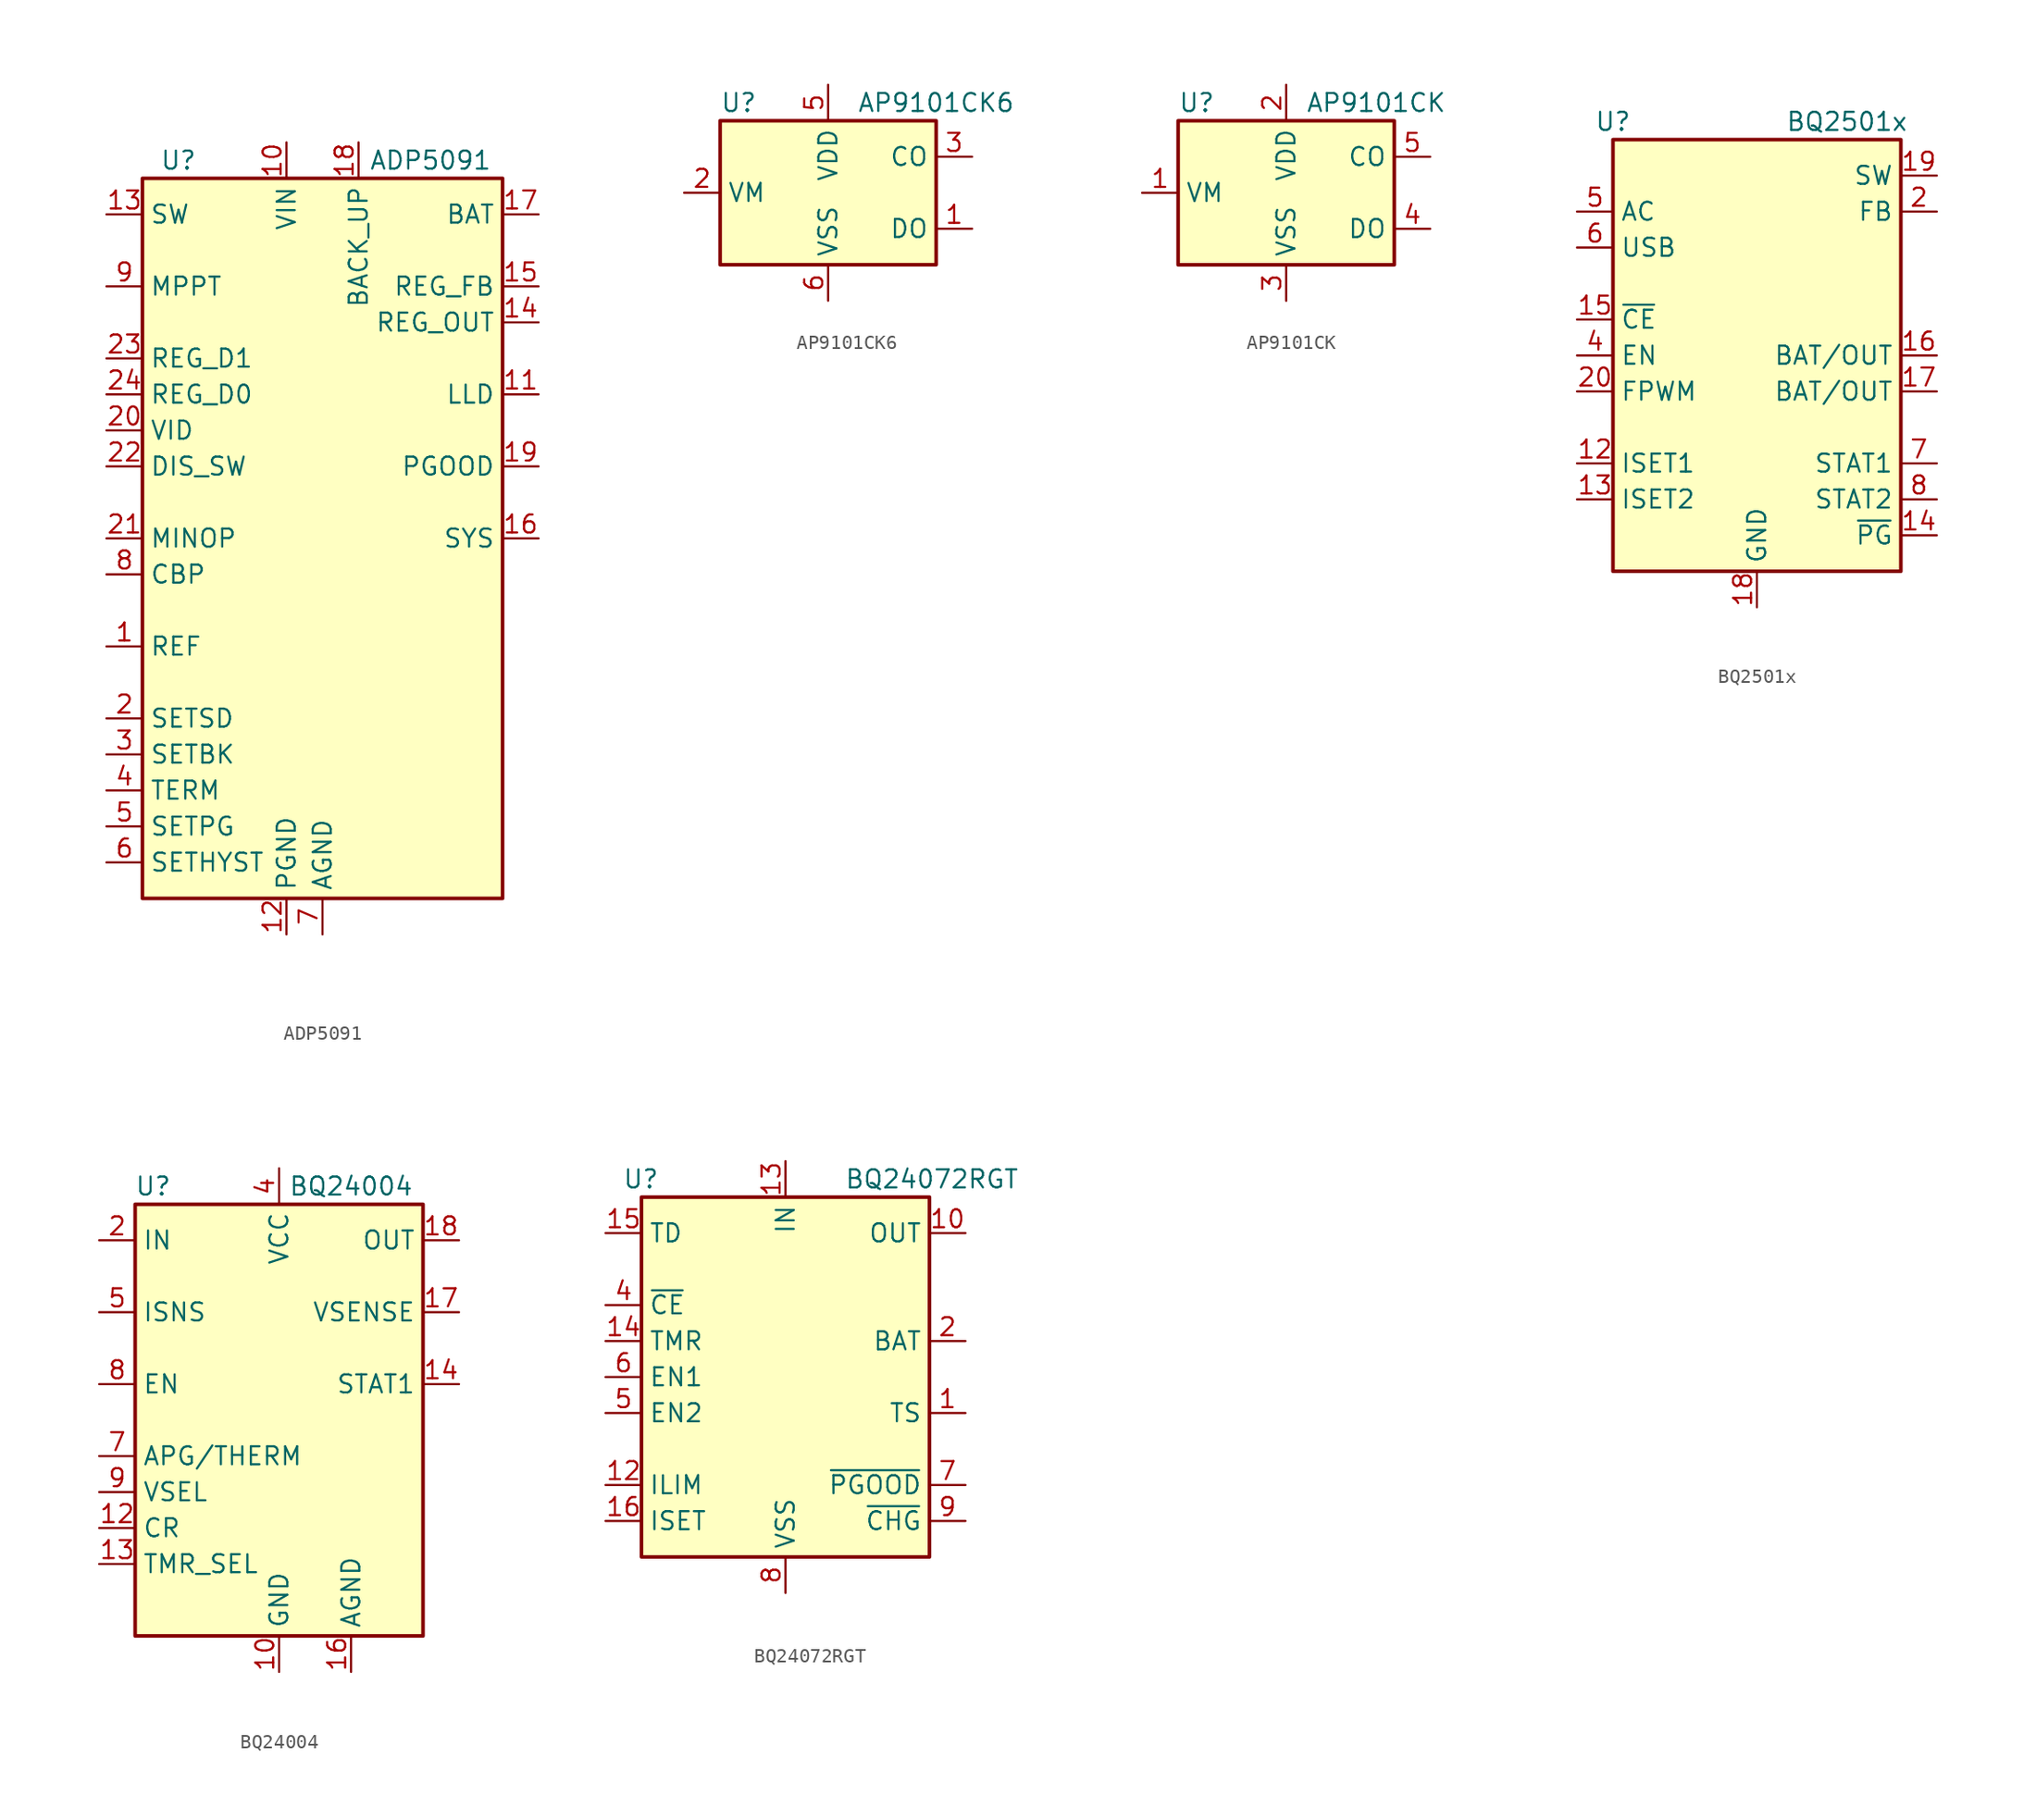
<source format=kicad_sym>
(kicad_symbol_lib
  (version 20220914)
  (generator kicad_symbol_editor)
  (symbol "ADP5091"
    (property "Reference" "U"
      (at -10.16 26.67 0)
      (effects (font (size 1.27 1.27))))
    (property "Value" "ADP5091"
      (at 7.62 26.67 0)
      (effects (font (size 1.27 1.27))))
    (symbol "ADP5091_0_1"
      (rectangle (start 12.7 25.4) (end -12.7 -25.4) (stroke (width 0.254) (type default)) (fill (type background))))
    (symbol "ADP5091_1_1"
      (pin passive line (at -15.24 -7.62 0) (length 2.54) (name "REF" (effects (font (size 1.27 1.27)))) (number "1" (effects (font (size 1.27 1.27)))))
      (pin power_in line (at -2.54 27.94 270) (length 2.54) (name "VIN" (effects (font (size 1.27 1.27)))) (number "10" (effects (font (size 1.27 1.27)))))
      (pin output line (at 15.24 10.16 180) (length 2.54) (name "LLD" (effects (font (size 1.27 1.27)))) (number "11" (effects (font (size 1.27 1.27)))))
      (pin power_in line (at -2.54 -27.94 90) (length 2.54) (name "PGND" (effects (font (size 1.27 1.27)))) (number "12" (effects (font (size 1.27 1.27)))))
      (pin power_in line (at -15.24 22.86 0) (length 2.54) (name "SW" (effects (font (size 1.27 1.27)))) (number "13" (effects (font (size 1.27 1.27)))))
      (pin power_out line (at 15.24 15.24 180) (length 2.54) (name "REG_OUT" (effects (font (size 1.27 1.27)))) (number "14" (effects (font (size 1.27 1.27)))))
      (pin power_out line (at 15.24 17.78 180) (length 2.54) (name "REG_FB" (effects (font (size 1.27 1.27)))) (number "15" (effects (font (size 1.27 1.27)))))
      (pin power_out line (at 15.24 0 180) (length 2.54) (name "SYS" (effects (font (size 1.27 1.27)))) (number "16" (effects (font (size 1.27 1.27)))))
      (pin power_out line (at 15.24 22.86 180) (length 2.54) (name "BAT" (effects (font (size 1.27 1.27)))) (number "17" (effects (font (size 1.27 1.27)))))
      (pin power_in line (at 2.54 27.94 270) (length 2.54) (name "BACK_UP" (effects (font (size 1.27 1.27)))) (number "18" (effects (font (size 1.27 1.27)))))
      (pin output line (at 15.24 5.08 180) (length 2.54) (name "PGOOD" (effects (font (size 1.27 1.27)))) (number "19" (effects (font (size 1.27 1.27)))))
      (pin passive line (at -15.24 -12.7 0) (length 2.54) (name "SETSD" (effects (font (size 1.27 1.27)))) (number "2" (effects (font (size 1.27 1.27)))))
      (pin input line (at -15.24 7.62 0) (length 2.54) (name "VID" (effects (font (size 1.27 1.27)))) (number "20" (effects (font (size 1.27 1.27)))))
      (pin passive line (at -15.24 0 0) (length 2.54) (name "MINOP" (effects (font (size 1.27 1.27)))) (number "21" (effects (font (size 1.27 1.27)))))
      (pin input line (at -15.24 5.08 0) (length 2.54) (name "DIS_SW" (effects (font (size 1.27 1.27)))) (number "22" (effects (font (size 1.27 1.27)))))
      (pin input line (at -15.24 12.7 0) (length 2.54) (name "REG_D1" (effects (font (size 1.27 1.27)))) (number "23" (effects (font (size 1.27 1.27)))))
      (pin input line (at -15.24 10.16 0) (length 2.54) (name "REG_D0" (effects (font (size 1.27 1.27)))) (number "24" (effects (font (size 1.27 1.27)))))
      (pin passive line (at 0 -27.94 90) (length 2.54) hide (name "AGND" (effects (font (size 1.27 1.27)))) (number "25" (effects (font (size 1.27 1.27)))))
      (pin passive line (at -15.24 -15.24 0) (length 2.54) (name "SETBK" (effects (font (size 1.27 1.27)))) (number "3" (effects (font (size 1.27 1.27)))))
      (pin passive line (at -15.24 -17.78 0) (length 2.54) (name "TERM" (effects (font (size 1.27 1.27)))) (number "4" (effects (font (size 1.27 1.27)))))
      (pin passive line (at -15.24 -20.32 0) (length 2.54) (name "SETPG" (effects (font (size 1.27 1.27)))) (number "5" (effects (font (size 1.27 1.27)))))
      (pin passive line (at -15.24 -22.86 0) (length 2.54) (name "SETHYST" (effects (font (size 1.27 1.27)))) (number "6" (effects (font (size 1.27 1.27)))))
      (pin power_in line (at 0 -27.94 90) (length 2.54) (name "AGND" (effects (font (size 1.27 1.27)))) (number "7" (effects (font (size 1.27 1.27)))))
      (pin passive line (at -15.24 -2.54 0) (length 2.54) (name "CBP" (effects (font (size 1.27 1.27)))) (number "8" (effects (font (size 1.27 1.27)))))
      (pin input line (at -15.24 17.78 0) (length 2.54) (name "MPPT" (effects (font (size 1.27 1.27)))) (number "9" (effects (font (size 1.27 1.27)))))))
  (symbol "AP9101CK6"
    (property "Reference" "U"
      (at -7.62 6.35 0)
      (effects (font (size 1.27 1.27)) (justify left)))
    (property "Value" "AP9101CK6"
      (at 7.62 6.35 0)
      (effects (font (size 1.27 1.27))))
    (symbol "AP9101CK6_0_1"
      (rectangle (start -7.62 5.08) (end 7.62 -5.08) (stroke (width 0.254) (type default)) (fill (type background))))
    (symbol "AP9101CK6_1_1"
      (pin output line (at 10.16 -2.54 180) (length 2.54) (name "DO" (effects (font (size 1.27 1.27)))) (number "1" (effects (font (size 1.27 1.27)))))
      (pin passive line (at -10.16 0 0) (length 2.54) (name "VM" (effects (font (size 1.27 1.27)))) (number "2" (effects (font (size 1.27 1.27)))))
      (pin output line (at 10.16 2.54 180) (length 2.54) (name "CO" (effects (font (size 1.27 1.27)))) (number "3" (effects (font (size 1.27 1.27)))))
      (pin no_connect line (at -7.62 -2.54 0) (length 2.54) hide (name "NC" (effects (font (size 1.27 1.27)))) (number "4" (effects (font (size 1.27 1.27)))))
      (pin power_in line (at 0 7.62 270) (length 2.54) (name "VDD" (effects (font (size 1.27 1.27)))) (number "5" (effects (font (size 1.27 1.27)))))
      (pin power_in line (at 0 -7.62 90) (length 2.54) (name "VSS" (effects (font (size 1.27 1.27)))) (number "6" (effects (font (size 1.27 1.27)))))))
  (symbol "AP9101CK"
    (property "Reference" "U"
      (at -7.62 6.35 0)
      (effects (font (size 1.27 1.27)) (justify left)))
    (property "Value" "AP9101CK"
      (at 6.35 6.35 0)
      (effects (font (size 1.27 1.27))))
    (symbol "AP9101CK_0_1"
      (rectangle (start -7.62 5.08) (end 7.62 -5.08) (stroke (width 0.254) (type default)) (fill (type background))))
    (symbol "AP9101CK_1_1"
      (pin passive line (at -10.16 0 0) (length 2.54) (name "VM" (effects (font (size 1.27 1.27)))) (number "1" (effects (font (size 1.27 1.27)))))
      (pin power_in line (at 0 7.62 270) (length 2.54) (name "VDD" (effects (font (size 1.27 1.27)))) (number "2" (effects (font (size 1.27 1.27)))))
      (pin power_in line (at 0 -7.62 90) (length 2.54) (name "VSS" (effects (font (size 1.27 1.27)))) (number "3" (effects (font (size 1.27 1.27)))))
      (pin output line (at 10.16 -2.54 180) (length 2.54) (name "DO" (effects (font (size 1.27 1.27)))) (number "4" (effects (font (size 1.27 1.27)))))
      (pin output line (at 10.16 2.54 180) (length 2.54) (name "CO" (effects (font (size 1.27 1.27)))) (number "5" (effects (font (size 1.27 1.27)))))))
  (symbol "BQ2501x"
    (property "Reference" "U"
      (at -10.16 16.51 0)
      (effects (font (size 1.27 1.27))))
    (property "Value" "BQ2501x"
      (at 6.35 16.51 0)
      (effects (font (size 1.27 1.27))))
    (symbol "BQ2501x_1_1"
      (rectangle (start -10.16 15.24) (end 10.16 -15.24) (stroke (width 0.254) (type default)) (fill (type background)))
      (pin no_connect line (at 10.16 7.62 180) (length 2.54) hide (name "NC" (effects (font (size 1.27 1.27)))) (number "1" (effects (font (size 1.27 1.27)))))
      (pin no_connect line (at 10.16 5.08 180) (length 2.54) hide (name "NC" (effects (font (size 1.27 1.27)))) (number "10" (effects (font (size 1.27 1.27)))))
      (pin no_connect line (at 10.16 2.54 180) (length 2.54) hide (name "NC" (effects (font (size 1.27 1.27)))) (number "11" (effects (font (size 1.27 1.27)))))
      (pin input line (at -12.7 -7.62 0) (length 2.54) (name "ISET1" (effects (font (size 1.27 1.27)))) (number "12" (effects (font (size 1.27 1.27)))))
      (pin input line (at -12.7 -10.16 0) (length 2.54) (name "ISET2" (effects (font (size 1.27 1.27)))) (number "13" (effects (font (size 1.27 1.27)))))
      (pin output line (at 12.7 -12.7 180) (length 2.54) (name "~{PG}" (effects (font (size 1.27 1.27)))) (number "14" (effects (font (size 1.27 1.27)))))
      (pin input line (at -12.7 2.54 0) (length 2.54) (name "~{CE}" (effects (font (size 1.27 1.27)))) (number "15" (effects (font (size 1.27 1.27)))))
      (pin power_out line (at 12.7 0 180) (length 2.54) (name "BAT/OUT" (effects (font (size 1.27 1.27)))) (number "16" (effects (font (size 1.27 1.27)))))
      (pin power_in line (at 12.7 -2.54 180) (length 2.54) (name "BAT/OUT" (effects (font (size 1.27 1.27)))) (number "17" (effects (font (size 1.27 1.27)))))
      (pin power_in line (at 0 -17.78 90) (length 2.54) (name "GND" (effects (font (size 1.27 1.27)))) (number "18" (effects (font (size 1.27 1.27)))))
      (pin power_out line (at 12.7 12.7 180) (length 2.54) (name "SW" (effects (font (size 1.27 1.27)))) (number "19" (effects (font (size 1.27 1.27)))))
      (pin input line (at 12.7 10.16 180) (length 2.54) (name "FB" (effects (font (size 1.27 1.27)))) (number "2" (effects (font (size 1.27 1.27)))))
      (pin input line (at -12.7 -2.54 0) (length 2.54) (name "FPWM" (effects (font (size 1.27 1.27)))) (number "20" (effects (font (size 1.27 1.27)))))
      (pin passive line (at 0 -17.78 90) (length 2.54) hide (name "GND" (effects (font (size 1.27 1.27)))) (number "21" (effects (font (size 1.27 1.27)))))
      (pin passive line (at 0 -17.78 90) (length 2.54) hide (name "GND" (effects (font (size 1.27 1.27)))) (number "3" (effects (font (size 1.27 1.27)))))
      (pin input line (at -12.7 0 0) (length 2.54) (name "EN" (effects (font (size 1.27 1.27)))) (number "4" (effects (font (size 1.27 1.27)))))
      (pin power_in line (at -12.7 10.16 0) (length 2.54) (name "AC" (effects (font (size 1.27 1.27)))) (number "5" (effects (font (size 1.27 1.27)))))
      (pin power_in line (at -12.7 7.62 0) (length 2.54) (name "USB" (effects (font (size 1.27 1.27)))) (number "6" (effects (font (size 1.27 1.27)))))
      (pin open_collector line (at 12.7 -7.62 180) (length 2.54) (name "STAT1" (effects (font (size 1.27 1.27)))) (number "7" (effects (font (size 1.27 1.27)))))
      (pin open_collector line (at 12.7 -10.16 180) (length 2.54) (name "STAT2" (effects (font (size 1.27 1.27)))) (number "8" (effects (font (size 1.27 1.27)))))
      (pin passive line (at 0 -17.78 90) (length 2.54) hide (name "GND" (effects (font (size 1.27 1.27)))) (number "9" (effects (font (size 1.27 1.27)))))))
  (symbol "BQ24004"
    (property "Reference" "U"
      (at -8.89 16.51 0)
      (effects (font (size 1.27 1.27))))
    (property "Value" "BQ24004"
      (at 5.08 16.51 0)
      (effects (font (size 1.27 1.27))))
    (symbol "BQ24004_0_1"
      (rectangle (start -10.16 15.24) (end 10.16 -15.24) (stroke (width 0.254) (type default)) (fill (type background))))
    (symbol "BQ24004_1_1"
      (pin no_connect line (at 10.16 -2.54 180) (length 2.54) hide (name "N/C" (effects (font (size 1.27 1.27)))) (number "1" (effects (font (size 1.27 1.27)))))
      (pin power_in line (at 0 -17.78 90) (length 2.54) (name "GND" (effects (font (size 1.27 1.27)))) (number "10" (effects (font (size 1.27 1.27)))))
      (pin no_connect line (at 10.16 -7.62 180) (length 2.54) hide (name "N/C" (effects (font (size 1.27 1.27)))) (number "11" (effects (font (size 1.27 1.27)))))
      (pin input line (at -12.7 -7.62 0) (length 2.54) (name "CR" (effects (font (size 1.27 1.27)))) (number "12" (effects (font (size 1.27 1.27)))))
      (pin input line (at -12.7 -10.16 0) (length 2.54) (name "TMR_SEL" (effects (font (size 1.27 1.27)))) (number "13" (effects (font (size 1.27 1.27)))))
      (pin output line (at 12.7 2.54 180) (length 2.54) (name "STAT1" (effects (font (size 1.27 1.27)))) (number "14" (effects (font (size 1.27 1.27)))))
      (pin no_connect line (at 10.16 0 180) (length 2.54) hide (name "N/C" (effects (font (size 1.27 1.27)))) (number "15" (effects (font (size 1.27 1.27)))))
      (pin power_in line (at 5.08 -17.78 90) (length 2.54) (name "AGND" (effects (font (size 1.27 1.27)))) (number "16" (effects (font (size 1.27 1.27)))))
      (pin input line (at 12.7 7.62 180) (length 2.54) (name "VSENSE" (effects (font (size 1.27 1.27)))) (number "17" (effects (font (size 1.27 1.27)))))
      (pin output line (at 12.7 12.7 180) (length 2.54) (name "OUT" (effects (font (size 1.27 1.27)))) (number "18" (effects (font (size 1.27 1.27)))))
      (pin passive line (at 12.7 12.7 180) (length 2.54) hide (name "OUT" (effects (font (size 1.27 1.27)))) (number "19" (effects (font (size 1.27 1.27)))))
      (pin input line (at -12.7 12.7 0) (length 2.54) (name "IN" (effects (font (size 1.27 1.27)))) (number "2" (effects (font (size 1.27 1.27)))))
      (pin no_connect line (at 10.16 -10.16 180) (length 2.54) hide (name "N/C" (effects (font (size 1.27 1.27)))) (number "20" (effects (font (size 1.27 1.27)))))
      (pin passive line (at 0 -17.78 90) (length 2.54) hide (name "GND" (effects (font (size 1.27 1.27)))) (number "21" (effects (font (size 1.27 1.27)))))
      (pin input line (at -12.7 12.7 0) (length 2.54) hide (name "IN" (effects (font (size 1.27 1.27)))) (number "3" (effects (font (size 1.27 1.27)))))
      (pin power_in line (at 0 17.78 270) (length 2.54) (name "VCC" (effects (font (size 1.27 1.27)))) (number "4" (effects (font (size 1.27 1.27)))))
      (pin input line (at -12.7 7.62 0) (length 2.54) (name "ISNS" (effects (font (size 1.27 1.27)))) (number "5" (effects (font (size 1.27 1.27)))))
      (pin no_connect line (at 10.16 -5.08 180) (length 2.54) hide (name "N/C" (effects (font (size 1.27 1.27)))) (number "6" (effects (font (size 1.27 1.27)))))
      (pin input line (at -12.7 -2.54 0) (length 2.54) (name "APG/THERM" (effects (font (size 1.27 1.27)))) (number "7" (effects (font (size 1.27 1.27)))))
      (pin input line (at -12.7 2.54 0) (length 2.54) (name "EN" (effects (font (size 1.27 1.27)))) (number "8" (effects (font (size 1.27 1.27)))))
      (pin input line (at -12.7 -5.08 0) (length 2.54) (name "VSEL" (effects (font (size 1.27 1.27)))) (number "9" (effects (font (size 1.27 1.27)))))))
  (symbol "BQ24072RGT"
    (property "Reference" "U"
      (at -8.89 13.97 0)
      (effects (font (size 1.27 1.27)) (justify right)))
    (property "Value" "BQ24072RGT"
      (at 16.51 13.97 0)
      (effects (font (size 1.27 1.27)) (justify right)))
    (symbol "BQ24072RGT_0_1"
      (rectangle (start -10.16 12.7) (end 10.16 -12.7) (stroke (width 0.254) (type default)) (fill (type background))))
    (symbol "BQ24072RGT_1_1"
      (pin passive line (at 12.7 -2.54 180) (length 2.54) (name "TS" (effects (font (size 1.27 1.27)))) (number "1" (effects (font (size 1.27 1.27)))))
      (pin power_out line (at 12.7 10.16 180) (length 2.54) (name "OUT" (effects (font (size 1.27 1.27)))) (number "10" (effects (font (size 1.27 1.27)))))
      (pin passive line (at 12.7 10.16 180) (length 2.54) hide (name "OUT" (effects (font (size 1.27 1.27)))) (number "11" (effects (font (size 1.27 1.27)))))
      (pin passive line (at -12.7 -7.62 0) (length 2.54) (name "ILIM" (effects (font (size 1.27 1.27)))) (number "12" (effects (font (size 1.27 1.27)))))
      (pin power_in line (at 0 15.24 270) (length 2.54) (name "IN" (effects (font (size 1.27 1.27)))) (number "13" (effects (font (size 1.27 1.27)))))
      (pin input line (at -12.7 2.54 0) (length 2.54) (name "TMR" (effects (font (size 1.27 1.27)))) (number "14" (effects (font (size 1.27 1.27)))))
      (pin input line (at -12.7 10.16 0) (length 2.54) (name "TD" (effects (font (size 1.27 1.27)))) (number "15" (effects (font (size 1.27 1.27)))))
      (pin passive line (at -12.7 -10.16 0) (length 2.54) (name "ISET" (effects (font (size 1.27 1.27)))) (number "16" (effects (font (size 1.27 1.27)))))
      (pin passive line (at 0 -15.24 90) (length 2.54) hide (name "VSS" (effects (font (size 1.27 1.27)))) (number "17" (effects (font (size 1.27 1.27)))))
      (pin power_out line (at 12.7 2.54 180) (length 2.54) (name "BAT" (effects (font (size 1.27 1.27)))) (number "2" (effects (font (size 1.27 1.27)))))
      (pin passive line (at 12.7 2.54 180) (length 2.54) hide (name "BAT" (effects (font (size 1.27 1.27)))) (number "3" (effects (font (size 1.27 1.27)))))
      (pin input line (at -12.7 5.08 0) (length 2.54) (name "~{CE}" (effects (font (size 1.27 1.27)))) (number "4" (effects (font (size 1.27 1.27)))))
      (pin input line (at -12.7 -2.54 0) (length 2.54) (name "EN2" (effects (font (size 1.27 1.27)))) (number "5" (effects (font (size 1.27 1.27)))))
      (pin input line (at -12.7 0 0) (length 2.54) (name "EN1" (effects (font (size 1.27 1.27)))) (number "6" (effects (font (size 1.27 1.27)))))
      (pin open_collector line (at 12.7 -7.62 180) (length 2.54) (name "~{PGOOD}" (effects (font (size 1.27 1.27)))) (number "7" (effects (font (size 1.27 1.27)))))
      (pin power_in line (at 0 -15.24 90) (length 2.54) (name "VSS" (effects (font (size 1.27 1.27)))) (number "8" (effects (font (size 1.27 1.27)))))
      (pin open_collector line (at 12.7 -10.16 180) (length 2.54) (name "~{CHG}" (effects (font (size 1.27 1.27)))) (number "9" (effects (font (size 1.27 1.27))))))))
</source>
